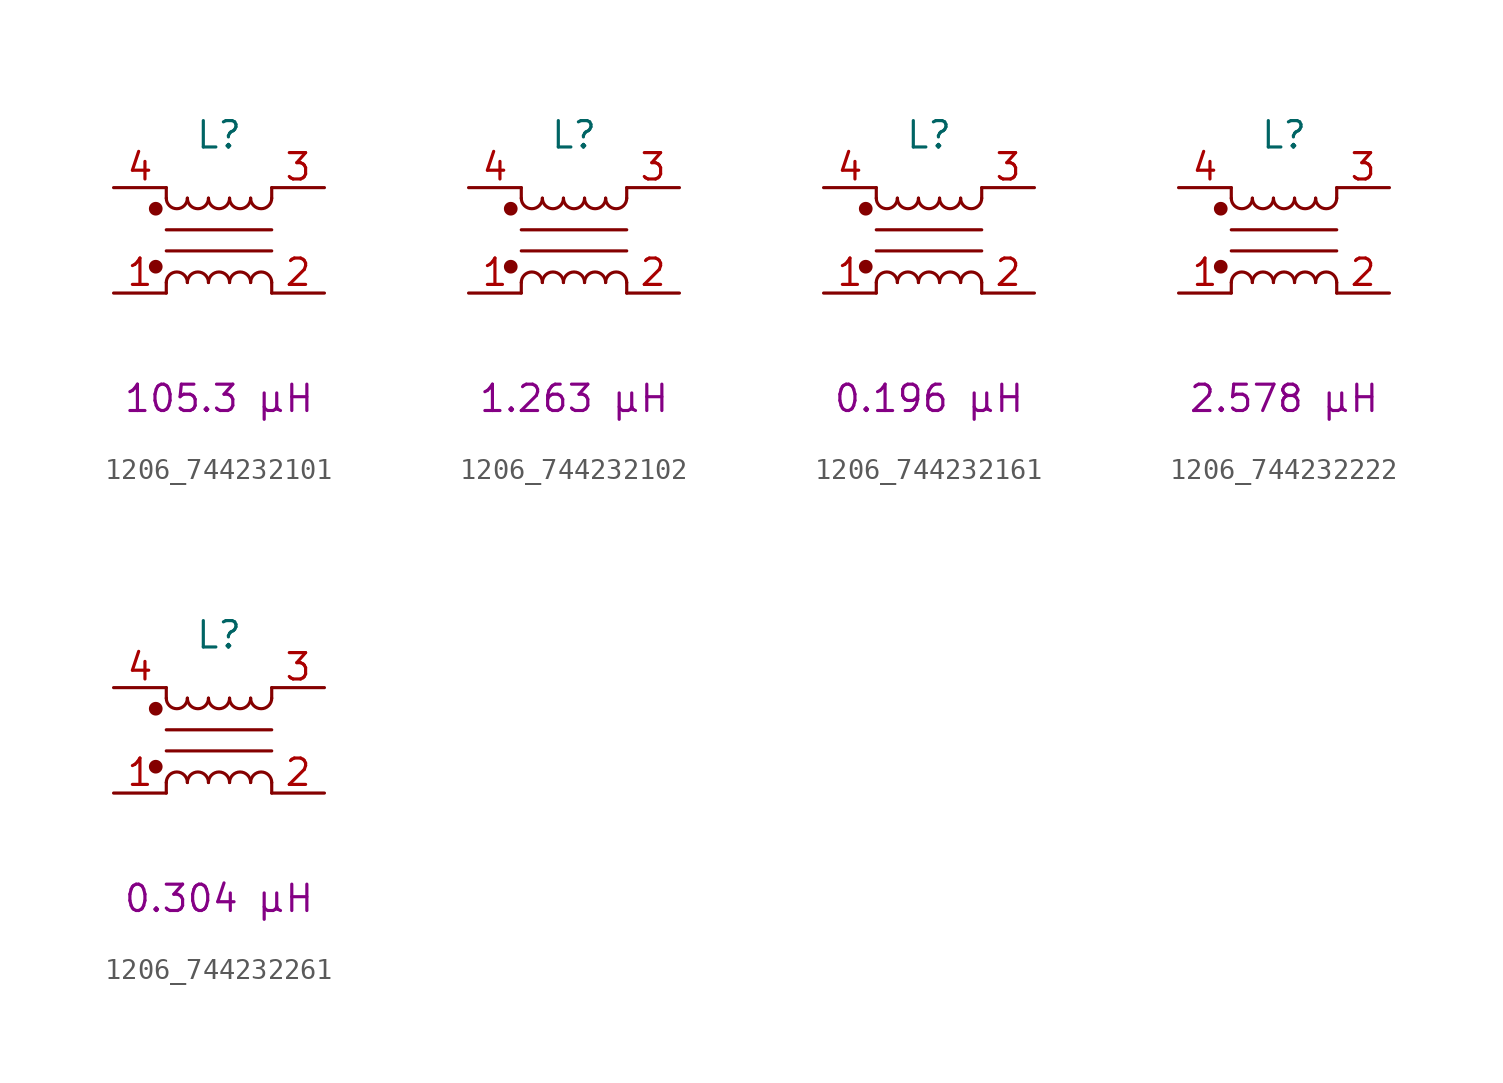
<source format=kicad_sym>
(kicad_symbol_lib
  (version 20220914)
  (generator kicad_symbol_editor)
  (symbol "1206_744232101"
    (pin_names hide)
    (property "Reference" "L"
      (at 0 5.08 0)
      (effects (font (size 1.27 1.27))))
    (property "Critical Parameter" "105.3 µH"
      (at 0 -7.62 0)
      (effects (font (size 1.27 1.27))))
    (symbol "1206_744232101_0_1"
      (circle (center -3.048 -1.27) (radius 0.254) (stroke (width 0) (type default)) (fill (type outline)))
      (circle (center -3.048 1.524) (radius 0.254) (stroke (width 0) (type default)) (fill (type outline)))
      (arc (start -2.54 2.032) (mid -2.032 1.5262) (end -1.524 2.032) (stroke (width 0) (type default)) (fill (type none)))
      (arc (start -1.524 -2.032) (mid -2.032 -1.5262) (end -2.54 -2.032) (stroke (width 0) (type default)) (fill (type none)))
      (arc (start -1.524 2.032) (mid -1.016 1.5262) (end -0.508 2.032) (stroke (width 0) (type default)) (fill (type none)))
      (arc (start -0.508 -2.032) (mid -1.016 -1.5262) (end -1.524 -2.032) (stroke (width 0) (type default)) (fill (type none)))
      (arc (start -0.508 2.032) (mid 0 1.5262) (end 0.508 2.032) (stroke (width 0) (type default)) (fill (type none)))
      (polyline (pts (xy -2.54 -2.032) (xy -2.54 -2.54)) (stroke (width 0) (type default)) (fill (type none)))
      (polyline (pts (xy -2.54 0.508) (xy 2.54 0.508)) (stroke (width 0) (type default)) (fill (type none)))
      (polyline (pts (xy -2.54 2.032) (xy -2.54 2.54)) (stroke (width 0) (type default)) (fill (type none)))
      (polyline (pts (xy 2.54 -2.032) (xy 2.54 -2.54)) (stroke (width 0) (type default)) (fill (type none)))
      (polyline (pts (xy 2.54 -0.508) (xy -2.54 -0.508)) (stroke (width 0) (type default)) (fill (type none)))
      (polyline (pts (xy 2.54 2.54) (xy 2.54 2.032)) (stroke (width 0) (type default)) (fill (type none)))
      (arc (start 0.508 -2.032) (mid 0 -1.5262) (end -0.508 -2.032) (stroke (width 0) (type default)) (fill (type none)))
      (arc (start 0.508 2.032) (mid 1.016 1.5262) (end 1.524 2.032) (stroke (width 0) (type default)) (fill (type none)))
      (arc (start 1.524 -2.032) (mid 1.016 -1.5262) (end 0.508 -2.032) (stroke (width 0) (type default)) (fill (type none)))
      (arc (start 1.524 2.032) (mid 2.032 1.5262) (end 2.54 2.032) (stroke (width 0) (type default)) (fill (type none)))
      (arc (start 2.54 -2.032) (mid 2.032 -1.5262) (end 1.524 -2.032) (stroke (width 0) (type default)) (fill (type none))))
    (symbol "1206_744232101_1_1"
      (pin passive line (at -5.08 -2.54 0) (length 2.54) (name "1" (effects (font (size 1.27 1.27)))) (number "1" (effects (font (size 1.27 1.27)))))
      (pin passive line (at 5.08 -2.54 180) (length 2.54) (name "2" (effects (font (size 1.27 1.27)))) (number "2" (effects (font (size 1.27 1.27)))))
      (pin passive line (at 5.08 2.54 180) (length 2.54) (name "3" (effects (font (size 1.27 1.27)))) (number "3" (effects (font (size 1.27 1.27)))))
      (pin passive line (at -5.08 2.54 0) (length 2.54) (name "4" (effects (font (size 1.27 1.27)))) (number "4" (effects (font (size 1.27 1.27)))))))
  (symbol "1206_744232102"
    (pin_names hide)
    (property "Reference" "L"
      (at 0 5.08 0)
      (effects (font (size 1.27 1.27))))
    (property "Critical Parameter" "1.263 µH"
      (at 0 -7.62 0)
      (effects (font (size 1.27 1.27))))
    (symbol "1206_744232102_0_1"
      (circle (center -3.048 -1.27) (radius 0.254) (stroke (width 0) (type default)) (fill (type outline)))
      (circle (center -3.048 1.524) (radius 0.254) (stroke (width 0) (type default)) (fill (type outline)))
      (arc (start -2.54 2.032) (mid -2.032 1.5262) (end -1.524 2.032) (stroke (width 0) (type default)) (fill (type none)))
      (arc (start -1.524 -2.032) (mid -2.032 -1.5262) (end -2.54 -2.032) (stroke (width 0) (type default)) (fill (type none)))
      (arc (start -1.524 2.032) (mid -1.016 1.5262) (end -0.508 2.032) (stroke (width 0) (type default)) (fill (type none)))
      (arc (start -0.508 -2.032) (mid -1.016 -1.5262) (end -1.524 -2.032) (stroke (width 0) (type default)) (fill (type none)))
      (arc (start -0.508 2.032) (mid 0 1.5262) (end 0.508 2.032) (stroke (width 0) (type default)) (fill (type none)))
      (polyline (pts (xy -2.54 -2.032) (xy -2.54 -2.54)) (stroke (width 0) (type default)) (fill (type none)))
      (polyline (pts (xy -2.54 0.508) (xy 2.54 0.508)) (stroke (width 0) (type default)) (fill (type none)))
      (polyline (pts (xy -2.54 2.032) (xy -2.54 2.54)) (stroke (width 0) (type default)) (fill (type none)))
      (polyline (pts (xy 2.54 -2.032) (xy 2.54 -2.54)) (stroke (width 0) (type default)) (fill (type none)))
      (polyline (pts (xy 2.54 -0.508) (xy -2.54 -0.508)) (stroke (width 0) (type default)) (fill (type none)))
      (polyline (pts (xy 2.54 2.54) (xy 2.54 2.032)) (stroke (width 0) (type default)) (fill (type none)))
      (arc (start 0.508 -2.032) (mid 0 -1.5262) (end -0.508 -2.032) (stroke (width 0) (type default)) (fill (type none)))
      (arc (start 0.508 2.032) (mid 1.016 1.5262) (end 1.524 2.032) (stroke (width 0) (type default)) (fill (type none)))
      (arc (start 1.524 -2.032) (mid 1.016 -1.5262) (end 0.508 -2.032) (stroke (width 0) (type default)) (fill (type none)))
      (arc (start 1.524 2.032) (mid 2.032 1.5262) (end 2.54 2.032) (stroke (width 0) (type default)) (fill (type none)))
      (arc (start 2.54 -2.032) (mid 2.032 -1.5262) (end 1.524 -2.032) (stroke (width 0) (type default)) (fill (type none))))
    (symbol "1206_744232102_1_1"
      (pin passive line (at -5.08 -2.54 0) (length 2.54) (name "1" (effects (font (size 1.27 1.27)))) (number "1" (effects (font (size 1.27 1.27)))))
      (pin passive line (at 5.08 -2.54 180) (length 2.54) (name "2" (effects (font (size 1.27 1.27)))) (number "2" (effects (font (size 1.27 1.27)))))
      (pin passive line (at 5.08 2.54 180) (length 2.54) (name "3" (effects (font (size 1.27 1.27)))) (number "3" (effects (font (size 1.27 1.27)))))
      (pin passive line (at -5.08 2.54 0) (length 2.54) (name "4" (effects (font (size 1.27 1.27)))) (number "4" (effects (font (size 1.27 1.27)))))))
  (symbol "1206_744232161"
    (pin_names hide)
    (property "Reference" "L"
      (at 0 5.08 0)
      (effects (font (size 1.27 1.27))))
    (property "Critical Parameter" "0.196 µH"
      (at 0 -7.62 0)
      (effects (font (size 1.27 1.27))))
    (symbol "1206_744232161_0_1"
      (circle (center -3.048 -1.27) (radius 0.254) (stroke (width 0) (type default)) (fill (type outline)))
      (circle (center -3.048 1.524) (radius 0.254) (stroke (width 0) (type default)) (fill (type outline)))
      (arc (start -2.54 2.032) (mid -2.032 1.5262) (end -1.524 2.032) (stroke (width 0) (type default)) (fill (type none)))
      (arc (start -1.524 -2.032) (mid -2.032 -1.5262) (end -2.54 -2.032) (stroke (width 0) (type default)) (fill (type none)))
      (arc (start -1.524 2.032) (mid -1.016 1.5262) (end -0.508 2.032) (stroke (width 0) (type default)) (fill (type none)))
      (arc (start -0.508 -2.032) (mid -1.016 -1.5262) (end -1.524 -2.032) (stroke (width 0) (type default)) (fill (type none)))
      (arc (start -0.508 2.032) (mid 0 1.5262) (end 0.508 2.032) (stroke (width 0) (type default)) (fill (type none)))
      (polyline (pts (xy -2.54 -2.032) (xy -2.54 -2.54)) (stroke (width 0) (type default)) (fill (type none)))
      (polyline (pts (xy -2.54 0.508) (xy 2.54 0.508)) (stroke (width 0) (type default)) (fill (type none)))
      (polyline (pts (xy -2.54 2.032) (xy -2.54 2.54)) (stroke (width 0) (type default)) (fill (type none)))
      (polyline (pts (xy 2.54 -2.032) (xy 2.54 -2.54)) (stroke (width 0) (type default)) (fill (type none)))
      (polyline (pts (xy 2.54 -0.508) (xy -2.54 -0.508)) (stroke (width 0) (type default)) (fill (type none)))
      (polyline (pts (xy 2.54 2.54) (xy 2.54 2.032)) (stroke (width 0) (type default)) (fill (type none)))
      (arc (start 0.508 -2.032) (mid 0 -1.5262) (end -0.508 -2.032) (stroke (width 0) (type default)) (fill (type none)))
      (arc (start 0.508 2.032) (mid 1.016 1.5262) (end 1.524 2.032) (stroke (width 0) (type default)) (fill (type none)))
      (arc (start 1.524 -2.032) (mid 1.016 -1.5262) (end 0.508 -2.032) (stroke (width 0) (type default)) (fill (type none)))
      (arc (start 1.524 2.032) (mid 2.032 1.5262) (end 2.54 2.032) (stroke (width 0) (type default)) (fill (type none)))
      (arc (start 2.54 -2.032) (mid 2.032 -1.5262) (end 1.524 -2.032) (stroke (width 0) (type default)) (fill (type none))))
    (symbol "1206_744232161_1_1"
      (pin passive line (at -5.08 -2.54 0) (length 2.54) (name "1" (effects (font (size 1.27 1.27)))) (number "1" (effects (font (size 1.27 1.27)))))
      (pin passive line (at 5.08 -2.54 180) (length 2.54) (name "2" (effects (font (size 1.27 1.27)))) (number "2" (effects (font (size 1.27 1.27)))))
      (pin passive line (at 5.08 2.54 180) (length 2.54) (name "3" (effects (font (size 1.27 1.27)))) (number "3" (effects (font (size 1.27 1.27)))))
      (pin passive line (at -5.08 2.54 0) (length 2.54) (name "4" (effects (font (size 1.27 1.27)))) (number "4" (effects (font (size 1.27 1.27)))))))
  (symbol "1206_744232222"
    (pin_names hide)
    (property "Reference" "L"
      (at 0 5.08 0)
      (effects (font (size 1.27 1.27))))
    (property "Critical Parameter" "2.578 µH"
      (at 0 -7.62 0)
      (effects (font (size 1.27 1.27))))
    (symbol "1206_744232222_0_1"
      (circle (center -3.048 -1.27) (radius 0.254) (stroke (width 0) (type default)) (fill (type outline)))
      (circle (center -3.048 1.524) (radius 0.254) (stroke (width 0) (type default)) (fill (type outline)))
      (arc (start -2.54 2.032) (mid -2.032 1.5262) (end -1.524 2.032) (stroke (width 0) (type default)) (fill (type none)))
      (arc (start -1.524 -2.032) (mid -2.032 -1.5262) (end -2.54 -2.032) (stroke (width 0) (type default)) (fill (type none)))
      (arc (start -1.524 2.032) (mid -1.016 1.5262) (end -0.508 2.032) (stroke (width 0) (type default)) (fill (type none)))
      (arc (start -0.508 -2.032) (mid -1.016 -1.5262) (end -1.524 -2.032) (stroke (width 0) (type default)) (fill (type none)))
      (arc (start -0.508 2.032) (mid 0 1.5262) (end 0.508 2.032) (stroke (width 0) (type default)) (fill (type none)))
      (polyline (pts (xy -2.54 -2.032) (xy -2.54 -2.54)) (stroke (width 0) (type default)) (fill (type none)))
      (polyline (pts (xy -2.54 0.508) (xy 2.54 0.508)) (stroke (width 0) (type default)) (fill (type none)))
      (polyline (pts (xy -2.54 2.032) (xy -2.54 2.54)) (stroke (width 0) (type default)) (fill (type none)))
      (polyline (pts (xy 2.54 -2.032) (xy 2.54 -2.54)) (stroke (width 0) (type default)) (fill (type none)))
      (polyline (pts (xy 2.54 -0.508) (xy -2.54 -0.508)) (stroke (width 0) (type default)) (fill (type none)))
      (polyline (pts (xy 2.54 2.54) (xy 2.54 2.032)) (stroke (width 0) (type default)) (fill (type none)))
      (arc (start 0.508 -2.032) (mid 0 -1.5262) (end -0.508 -2.032) (stroke (width 0) (type default)) (fill (type none)))
      (arc (start 0.508 2.032) (mid 1.016 1.5262) (end 1.524 2.032) (stroke (width 0) (type default)) (fill (type none)))
      (arc (start 1.524 -2.032) (mid 1.016 -1.5262) (end 0.508 -2.032) (stroke (width 0) (type default)) (fill (type none)))
      (arc (start 1.524 2.032) (mid 2.032 1.5262) (end 2.54 2.032) (stroke (width 0) (type default)) (fill (type none)))
      (arc (start 2.54 -2.032) (mid 2.032 -1.5262) (end 1.524 -2.032) (stroke (width 0) (type default)) (fill (type none))))
    (symbol "1206_744232222_1_1"
      (pin passive line (at -5.08 -2.54 0) (length 2.54) (name "1" (effects (font (size 1.27 1.27)))) (number "1" (effects (font (size 1.27 1.27)))))
      (pin passive line (at 5.08 -2.54 180) (length 2.54) (name "2" (effects (font (size 1.27 1.27)))) (number "2" (effects (font (size 1.27 1.27)))))
      (pin passive line (at 5.08 2.54 180) (length 2.54) (name "3" (effects (font (size 1.27 1.27)))) (number "3" (effects (font (size 1.27 1.27)))))
      (pin passive line (at -5.08 2.54 0) (length 2.54) (name "4" (effects (font (size 1.27 1.27)))) (number "4" (effects (font (size 1.27 1.27)))))))
  (symbol "1206_744232261"
    (pin_names hide)
    (property "Reference" "L"
      (at 0 5.08 0)
      (effects (font (size 1.27 1.27))))
    (property "Critical Parameter" "0.304 µH"
      (at 0 -7.62 0)
      (effects (font (size 1.27 1.27))))
    (symbol "1206_744232261_0_1"
      (circle (center -3.048 -1.27) (radius 0.254) (stroke (width 0) (type default)) (fill (type outline)))
      (circle (center -3.048 1.524) (radius 0.254) (stroke (width 0) (type default)) (fill (type outline)))
      (arc (start -2.54 2.032) (mid -2.032 1.5262) (end -1.524 2.032) (stroke (width 0) (type default)) (fill (type none)))
      (arc (start -1.524 -2.032) (mid -2.032 -1.5262) (end -2.54 -2.032) (stroke (width 0) (type default)) (fill (type none)))
      (arc (start -1.524 2.032) (mid -1.016 1.5262) (end -0.508 2.032) (stroke (width 0) (type default)) (fill (type none)))
      (arc (start -0.508 -2.032) (mid -1.016 -1.5262) (end -1.524 -2.032) (stroke (width 0) (type default)) (fill (type none)))
      (arc (start -0.508 2.032) (mid 0 1.5262) (end 0.508 2.032) (stroke (width 0) (type default)) (fill (type none)))
      (polyline (pts (xy -2.54 -2.032) (xy -2.54 -2.54)) (stroke (width 0) (type default)) (fill (type none)))
      (polyline (pts (xy -2.54 0.508) (xy 2.54 0.508)) (stroke (width 0) (type default)) (fill (type none)))
      (polyline (pts (xy -2.54 2.032) (xy -2.54 2.54)) (stroke (width 0) (type default)) (fill (type none)))
      (polyline (pts (xy 2.54 -2.032) (xy 2.54 -2.54)) (stroke (width 0) (type default)) (fill (type none)))
      (polyline (pts (xy 2.54 -0.508) (xy -2.54 -0.508)) (stroke (width 0) (type default)) (fill (type none)))
      (polyline (pts (xy 2.54 2.54) (xy 2.54 2.032)) (stroke (width 0) (type default)) (fill (type none)))
      (arc (start 0.508 -2.032) (mid 0 -1.5262) (end -0.508 -2.032) (stroke (width 0) (type default)) (fill (type none)))
      (arc (start 0.508 2.032) (mid 1.016 1.5262) (end 1.524 2.032) (stroke (width 0) (type default)) (fill (type none)))
      (arc (start 1.524 -2.032) (mid 1.016 -1.5262) (end 0.508 -2.032) (stroke (width 0) (type default)) (fill (type none)))
      (arc (start 1.524 2.032) (mid 2.032 1.5262) (end 2.54 2.032) (stroke (width 0) (type default)) (fill (type none)))
      (arc (start 2.54 -2.032) (mid 2.032 -1.5262) (end 1.524 -2.032) (stroke (width 0) (type default)) (fill (type none))))
    (symbol "1206_744232261_1_1"
      (pin passive line (at -5.08 -2.54 0) (length 2.54) (name "1" (effects (font (size 1.27 1.27)))) (number "1" (effects (font (size 1.27 1.27)))))
      (pin passive line (at 5.08 -2.54 180) (length 2.54) (name "2" (effects (font (size 1.27 1.27)))) (number "2" (effects (font (size 1.27 1.27)))))
      (pin passive line (at 5.08 2.54 180) (length 2.54) (name "3" (effects (font (size 1.27 1.27)))) (number "3" (effects (font (size 1.27 1.27)))))
      (pin passive line (at -5.08 2.54 0) (length 2.54) (name "4" (effects (font (size 1.27 1.27)))) (number "4" (effects (font (size 1.27 1.27))))))))
</source>
